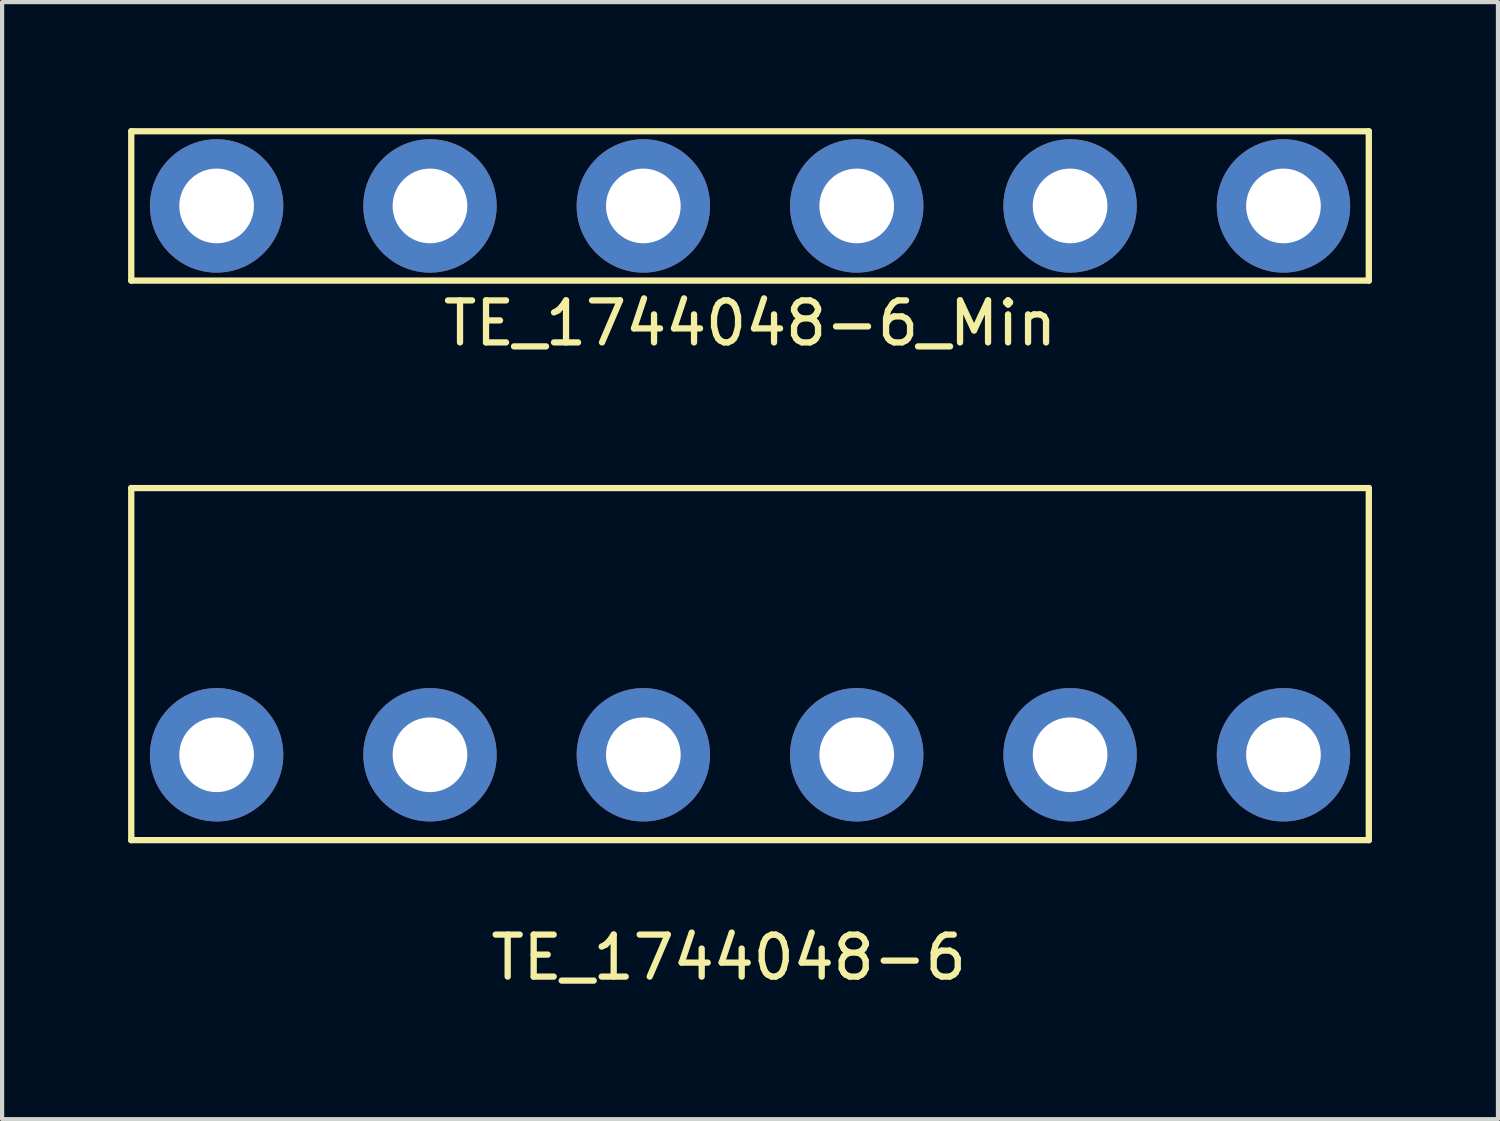
<source format=kicad_pcb>
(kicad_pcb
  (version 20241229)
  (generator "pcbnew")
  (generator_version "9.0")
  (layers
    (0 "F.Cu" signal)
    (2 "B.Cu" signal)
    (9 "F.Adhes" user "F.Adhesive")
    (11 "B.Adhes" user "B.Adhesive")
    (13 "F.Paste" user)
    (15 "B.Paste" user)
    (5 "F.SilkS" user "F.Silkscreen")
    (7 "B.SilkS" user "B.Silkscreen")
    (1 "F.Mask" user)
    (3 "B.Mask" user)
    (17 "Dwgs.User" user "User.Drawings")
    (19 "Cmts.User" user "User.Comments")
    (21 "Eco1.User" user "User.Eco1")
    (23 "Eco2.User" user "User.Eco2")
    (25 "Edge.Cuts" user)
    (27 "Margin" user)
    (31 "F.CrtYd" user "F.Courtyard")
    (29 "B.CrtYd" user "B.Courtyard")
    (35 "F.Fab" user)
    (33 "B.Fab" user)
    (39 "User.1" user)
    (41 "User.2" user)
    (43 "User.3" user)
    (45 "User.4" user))
  (footprint "TE_1744048-6_Min"
    (layer "F.Cu")
    (at 14.807 1.853)
    (property "Reference" "TE_1744048-6_Min" (at 0 2.794 0) (layer "F.SilkS") (effects (font (size 1 1) (thickness 0.15))))
    (attr through_hole)
    (fp_line (start -14.732 -1.778) (end 14.732 -1.778) (stroke (width 0.15) (type solid)) (layer "F.SilkS"))
    (fp_line (start -14.732 1.778) (end -14.732 -1.778) (stroke (width 0.15) (type solid)) (layer "F.SilkS"))
    (fp_line (start 14.732 -1.778) (end 14.732 1.778) (stroke (width 0.15) (type solid)) (layer "F.SilkS"))
    (fp_line (start 14.732 1.778) (end -14.732 1.778) (stroke (width 0.15) (type solid)) (layer "F.SilkS"))
    (pad "1" thru_hole circle (at -12.7 0) (size 3.175 3.175) (drill 1.778) (layers "*.Cu" "*.Mask"))
    (pad "2" thru_hole circle (at -7.62 0) (size 3.175 3.175) (drill 1.778) (layers "*.Cu" "*.Mask"))
    (pad "3" thru_hole circle (at -2.54 0) (size 3.175 3.175) (drill 1.778) (layers "*.Cu" "*.Mask"))
    (pad "4" thru_hole circle (at 2.54 0) (size 3.175 3.175) (drill 1.778) (layers "*.Cu" "*.Mask"))
    (pad "5" thru_hole circle (at 7.62 0) (size 3.175 3.175) (drill 1.778) (layers "*.Cu" "*.Mask"))
    (pad "6" thru_hole circle (at 12.7 0) (size 3.175 3.175) (drill 1.778) (layers "*.Cu" "*.Mask")))
  (footprint "TE_1744048-6"
    (layer "F.Cu")
    (at 14.807 14.92)
    (property "Reference" "TE_1744048-6" (at -0.508 4.826 0) (layer "F.SilkS") (effects (font (size 1 1) (thickness 0.15))))
    (attr through_hole)
    (fp_line (start -14.732 2.032) (end -14.732 -6.35) (stroke (width 0.15) (type solid)) (layer "F.SilkS"))
    (fp_line (start 14.732 -6.35) (end -14.732 -6.35) (stroke (width 0.15) (type solid)) (layer "F.SilkS"))
    (fp_line (start 14.732 2.032) (end -14.732 2.032) (stroke (width 0.15) (type solid)) (layer "F.SilkS"))
    (fp_line (start 14.732 2.032) (end 14.732 -6.35) (stroke (width 0.15) (type solid)) (layer "F.SilkS"))
    (pad "1" thru_hole circle (at -12.7 0) (size 3.175 3.175) (drill 1.778) (layers "*.Cu" "*.Mask"))
    (pad "2" thru_hole circle (at -7.62 0) (size 3.175 3.175) (drill 1.778) (layers "*.Cu" "*.Mask"))
    (pad "3" thru_hole circle (at -2.54 0) (size 3.175 3.175) (drill 1.778) (layers "*.Cu" "*.Mask"))
    (pad "4" thru_hole circle (at 2.54 0) (size 3.175 3.175) (drill 1.778) (layers "*.Cu" "*.Mask"))
    (pad "5" thru_hole circle (at 7.62 0) (size 3.175 3.175) (drill 1.778) (layers "*.Cu" "*.Mask"))
    (pad "6" thru_hole circle (at 12.7 0) (size 3.175 3.175) (drill 1.778) (layers "*.Cu" "*.Mask")))
  (gr_rect
    (start -3 -3)
    (end 32.614 23.595)
    (stroke (width 0.1) (type default))
    (fill no)
    (layer "Edge.Cuts")))
</source>
